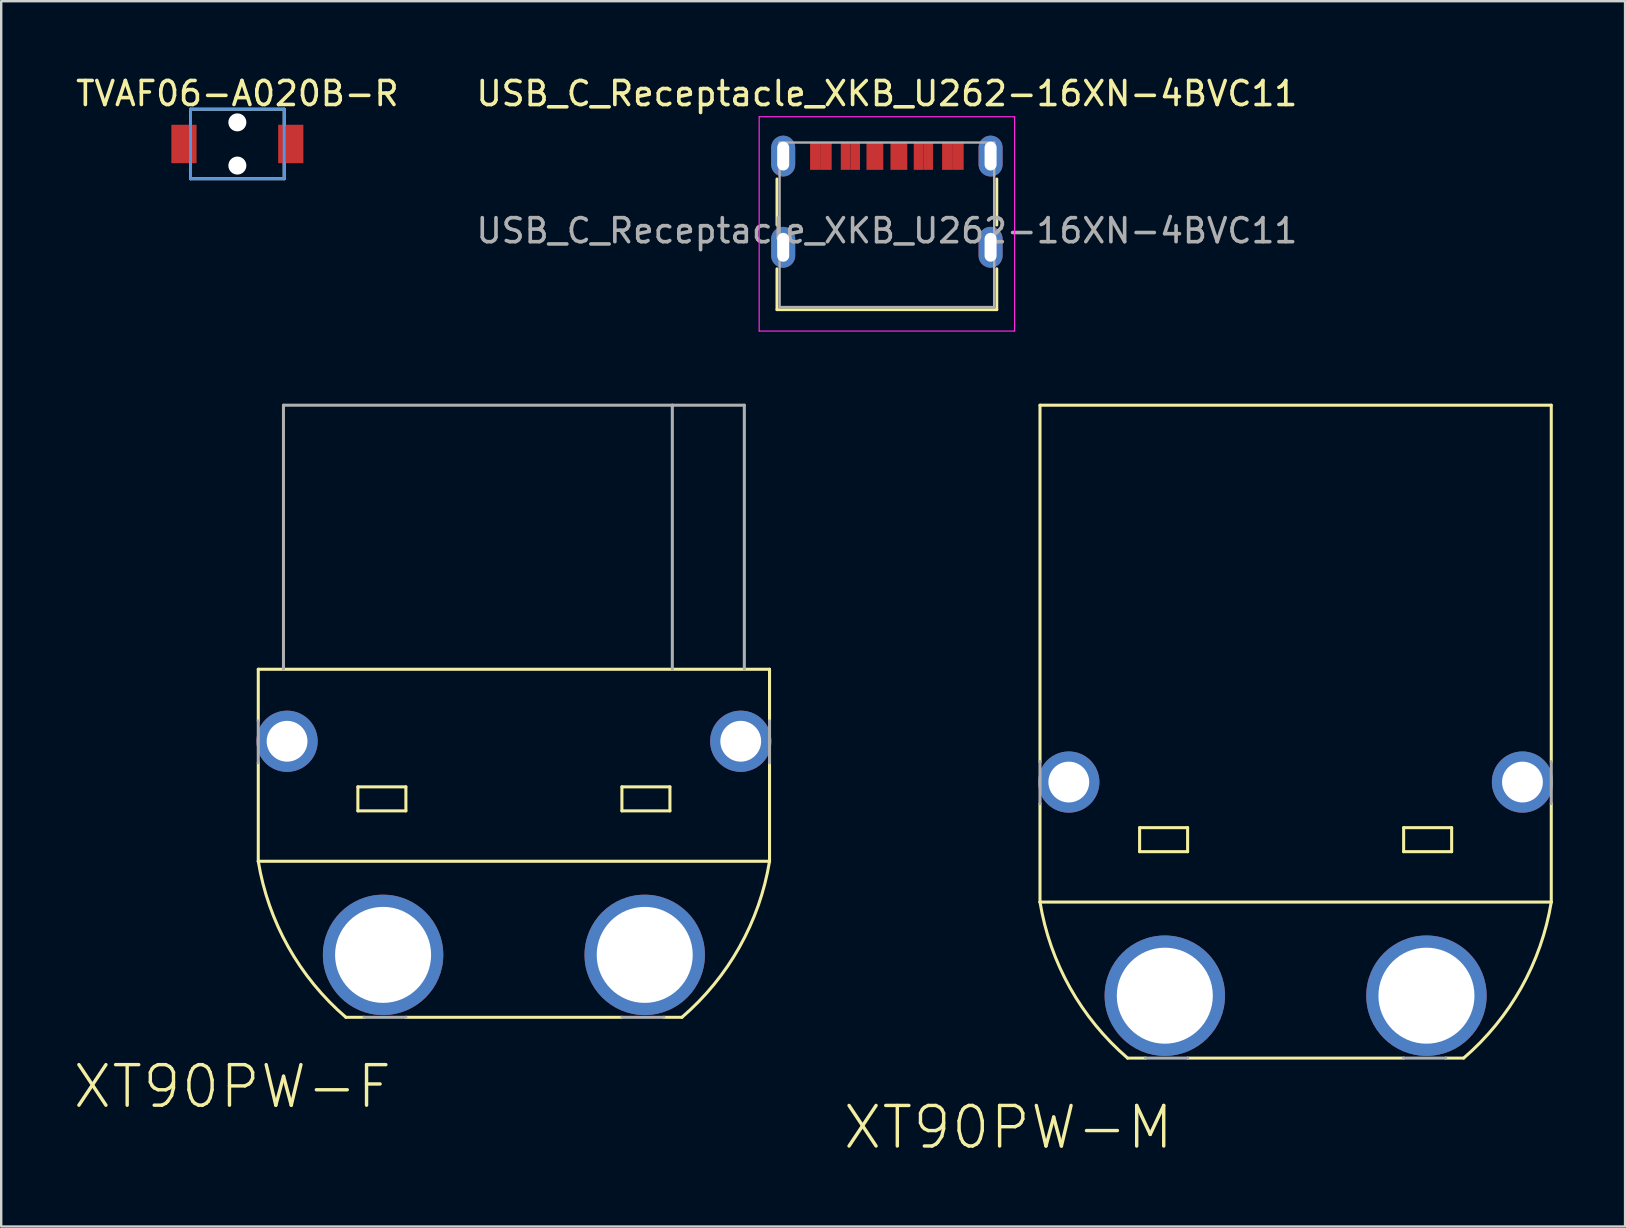
<source format=kicad_pcb>
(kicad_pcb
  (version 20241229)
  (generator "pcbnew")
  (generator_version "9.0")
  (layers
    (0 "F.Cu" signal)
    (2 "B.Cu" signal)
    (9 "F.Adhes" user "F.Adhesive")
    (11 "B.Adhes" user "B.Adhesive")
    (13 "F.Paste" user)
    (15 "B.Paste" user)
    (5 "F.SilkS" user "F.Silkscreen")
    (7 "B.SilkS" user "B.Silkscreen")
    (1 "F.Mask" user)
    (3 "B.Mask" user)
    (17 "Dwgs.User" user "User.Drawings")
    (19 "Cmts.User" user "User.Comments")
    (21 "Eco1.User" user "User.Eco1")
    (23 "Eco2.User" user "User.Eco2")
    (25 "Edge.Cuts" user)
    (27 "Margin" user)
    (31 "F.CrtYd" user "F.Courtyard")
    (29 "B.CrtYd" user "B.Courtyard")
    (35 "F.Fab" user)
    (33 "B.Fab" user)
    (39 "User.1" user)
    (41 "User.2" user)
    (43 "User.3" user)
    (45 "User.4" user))
  (footprint "XT90PW-F"
    (layer "F.Cu")
    (at 18.36 36.732)
    (property "Reference" "XT90PW-F" (at -5 4.5 0) (layer "F.SilkS") (effects (font (size 1.689 1.689) (thickness 0.142)) (justify right top)))
    (attr through_hole)
    (fp_line (start -10.65 -11.9) (end -10.65 -9.75) (stroke (width 0.127) (type solid)) (layer "F.SilkS"))
    (fp_line (start -10.65 -11.9) (end 10.65 -11.9) (stroke (width 0.127) (type solid)) (layer "F.SilkS"))
    (fp_line (start -10.65 -8) (end -10.65 -3.9) (stroke (width 0.127) (type solid)) (layer "F.SilkS"))
    (fp_line (start -10.65 -3.9) (end 10.65 -3.9) (stroke (width 0.127) (type solid)) (layer "F.SilkS"))
    (fp_line (start -7 2.6) (end -6.25 2.6) (stroke (width 0.127) (type solid)) (layer "F.SilkS"))
    (fp_line (start -6.5 -7) (end -4.5 -7) (stroke (width 0.127) (type solid)) (layer "F.SilkS"))
    (fp_line (start -6.5 -6) (end -6.5 -7) (stroke (width 0.127) (type solid)) (layer "F.SilkS"))
    (fp_line (start -4.5 -7) (end -4.5 -6) (stroke (width 0.127) (type solid)) (layer "F.SilkS"))
    (fp_line (start -4.5 -6) (end -6.5 -6) (stroke (width 0.127) (type solid)) (layer "F.SilkS"))
    (fp_line (start -4.5 2.6) (end 4.5 2.6) (stroke (width 0.127) (type solid)) (layer "F.SilkS"))
    (fp_line (start 4.5 -7) (end 6.5 -7) (stroke (width 0.127) (type solid)) (layer "F.SilkS"))
    (fp_line (start 4.5 -6) (end 4.5 -7) (stroke (width 0.127) (type solid)) (layer "F.SilkS"))
    (fp_line (start 6.25 2.6) (end 7 2.6) (stroke (width 0.127) (type solid)) (layer "F.SilkS"))
    (fp_line (start 6.5 -7) (end 6.5 -6) (stroke (width 0.127) (type solid)) (layer "F.SilkS"))
    (fp_line (start 6.5 -6) (end 4.5 -6) (stroke (width 0.127) (type solid)) (layer "F.SilkS"))
    (fp_line (start 10.65 -11.9) (end 10.65 -9.75) (stroke (width 0.127) (type solid)) (layer "F.SilkS"))
    (fp_line (start 10.65 -8) (end 10.65 -3.9) (stroke (width 0.127) (type solid)) (layer "F.SilkS"))
    (fp_arc (start -7 2.6) (mid -9.398063 -0.328203) (end -10.65 -3.9) (stroke (width 0.127) (type solid)) (layer "F.SilkS"))
    (fp_arc (start 10.65 -3.9) (mid 9.398063 -0.328203) (end 7 2.6) (stroke (width 0.127) (type solid)) (layer "F.SilkS"))
    (fp_line (start -10.65 -9.75) (end -10.65 -8) (stroke (width 0.127) (type solid)) (layer "F.Fab"))
    (fp_line (start -9.6 -22.9) (end -9.6 -11.9) (stroke (width 0.127) (type solid)) (layer "F.Fab"))
    (fp_line (start -9.6 -22.9) (end 6.6 -22.9) (stroke (width 0.127) (type solid)) (layer "F.Fab"))
    (fp_line (start -6.25 2.6) (end -4.5 2.6) (stroke (width 0.127) (type solid)) (layer "F.Fab"))
    (fp_line (start 4.5 2.6) (end 6.25 2.6) (stroke (width 0.127) (type solid)) (layer "F.Fab"))
    (fp_line (start 6.6 -22.9) (end 6.6 -11.9) (stroke (width 0.127) (type solid)) (layer "F.Fab"))
    (fp_line (start 6.6 -22.9) (end 9.6 -22.9) (stroke (width 0.127) (type solid)) (layer "F.Fab"))
    (fp_line (start 9.6 -22.9) (end 9.6 -11.9) (stroke (width 0.127) (type solid)) (layer "F.Fab"))
    (fp_line (start 10.65 -9.75) (end 10.65 -8) (stroke (width 0.127) (type solid)) (layer "F.Fab"))
    (pad "+" thru_hole circle (at -5.45 0) (size 5.016 5.016) (drill 4) (layers "*.Cu" "*.Mask"))
    (pad "-" thru_hole circle (at 5.45 0) (size 5.016 5.016) (drill 4) (layers "*.Cu" "*.Mask"))
    (pad "P$3" thru_hole circle (at -9.45 -8.9) (size 2.55 2.55) (drill 1.7) (layers "*.Cu" "*.Mask"))
    (pad "P$4" thru_hole circle (at 9.45 -8.9) (size 2.55 2.55) (drill 1.7) (layers "*.Cu" "*.Mask")))
  (footprint "USB_C_Receptacle_XKB_U262-16XN-4BVC11"
    (layer "F.Cu")
    (at 33.899 3.452)
    (property "Reference" "USB_C_Receptacle_XKB_U262-16XN-4BVC11" (at 0 -2.603 0) (layer "F.SilkS") (effects (font (size 1 1) (thickness 0.15))))
    (attr smd)
    (fp_line (start -4.58 0.953) (end -4.58 2.873) (stroke (width 0.12) (type solid)) (layer "F.SilkS"))
    (fp_line (start -4.58 6.4) (end -4.58 4.695) (stroke (width 0.12) (type solid)) (layer "F.SilkS"))
    (fp_line (start 4.58 2.873) (end 4.58 0.953) (stroke (width 0.12) (type solid)) (layer "F.SilkS"))
    (fp_line (start 4.58 6.4) (end -4.58 6.4) (stroke (width 0.12) (type solid)) (layer "F.SilkS"))
    (fp_line (start 4.58 6.4) (end 4.58 4.695) (stroke (width 0.12) (type solid)) (layer "F.SilkS"))
    (fp_line (start -5.32 -1.639) (end 5.32 -1.639) (stroke (width 0.05) (type solid)) (layer "F.CrtYd"))
    (fp_line (start -5.32 7.292) (end -5.32 -1.639) (stroke (width 0.05) (type solid)) (layer "F.CrtYd"))
    (fp_line (start 5.32 -1.639) (end 5.32 7.292) (stroke (width 0.05) (type solid)) (layer "F.CrtYd"))
    (fp_line (start 5.32 7.292) (end -5.32 7.292) (stroke (width 0.05) (type solid)) (layer "F.CrtYd"))
    (fp_line (start -4.47 -0.564) (end -4.47 6.29) (stroke (width 0.1) (type solid)) (layer "F.Fab"))
    (fp_line (start -4.47 -0.564) (end 4.47 -0.564) (stroke (width 0.1) (type solid)) (layer "F.Fab"))
    (fp_line (start -4.47 6.29) (end 4.47 6.29) (stroke (width 0.1) (type solid)) (layer "F.Fab"))
    (fp_line (start 4.47 6.29) (end 4.47 -0.564) (stroke (width 0.1) (type solid)) (layer "F.Fab"))
    (fp_text user "${REFERENCE}" (at 0 3.111 0) (layer "F.Fab") (effects (font (size 1 1) (thickness 0.15))))
    (pad "A1" smd rect (at -2.75 0) (size 0.45 1.15) (drill (offset -0.225 0)) (layers "F.Cu" "F.Mask" "F.Paste"))
    (pad "A4" smd rect (at -1.52 0) (size 0.4 1.15) (drill (offset -0.2 0)) (layers "F.Cu" "F.Mask" "F.Paste"))
    (pad "A5" smd rect (at -0.5 0) (size 0.7 1.15) (layers "F.Cu" "F.Mask" "F.Paste"))
    (pad "A9" smd rect (at 1.52 0) (size 0.4 1.15) (drill (offset 0.2 0)) (layers "F.Cu" "F.Mask" "F.Paste"))
    (pad "A12" smd rect (at 2.75 0) (size 0.45 1.15) (drill (offset 0.225 0)) (layers "F.Cu" "F.Mask" "F.Paste"))
    (pad "B1" smd rect (at 2.75 0) (size 0.45 1.15) (drill (offset -0.225 0)) (layers "F.Cu" "F.Mask" "F.Paste"))
    (pad "B4" smd rect (at 1.52 0) (size 0.4 1.15) (drill (offset -0.2 0)) (layers "F.Cu" "F.Mask" "F.Paste"))
    (pad "B5" smd rect (at 0.5 0) (size 0.7 1.15) (layers "F.Cu" "F.Mask" "F.Paste"))
    (pad "B9" smd rect (at -1.52 0) (size 0.4 1.15) (drill (offset 0.2 0)) (layers "F.Cu" "F.Mask" "F.Paste"))
    (pad "B12" smd rect (at -2.75 0) (size 0.45 1.15) (drill (offset 0.225 0)) (layers "F.Cu" "F.Mask" "F.Paste"))
    (pad "S1" thru_hole oval (at -4.32 0 180) (size 1 1.7) (drill oval 0.5 1.2) (layers "*.Cu" "*.Mask"))
    (pad "S1" thru_hole oval (at -4.32 3.8) (size 1 1.7) (drill oval 0.5 1.2) (layers "*.Cu" "*.Mask"))
    (pad "S1" thru_hole oval (at 4.32 0) (size 1 1.7) (drill oval 0.5 1.2) (layers "*.Cu" "*.Mask"))
    (pad "S1" thru_hole oval (at 4.32 3.8) (size 1 1.7) (drill oval 0.5 1.2) (layers "*.Cu" "*.Mask")))
  (footprint "TVAF06-A020B-R"
    (layer "F.Cu")
    (at 6.839 2.948)
    (property "Reference" "TVAF06-A020B-R" (at 0 -2.1 0) (layer "F.SilkS") (effects (font (size 1 1) (thickness 0.15))))
    (attr through_hole)
    (fp_line (start -1.95 -1.45) (end -1.95 -0.8) (stroke (width 0.12) (type solid)) (layer "F.SilkS"))
    (fp_line (start -1.95 0.8) (end -1.95 1.45) (stroke (width 0.12) (type solid)) (layer "F.SilkS"))
    (fp_line (start -1.95 1.45) (end 1.95 1.45) (stroke (width 0.12) (type solid)) (layer "F.SilkS"))
    (fp_line (start 1.95 -1.45) (end -1.95 -1.45) (stroke (width 0.12) (type solid)) (layer "F.SilkS"))
    (fp_line (start 1.95 -1.45) (end 1.95 -0.8) (stroke (width 0.12) (type solid)) (layer "F.SilkS"))
    (fp_line (start 1.95 1.45) (end 1.95 0.8) (stroke (width 0.12) (type solid)) (layer "F.SilkS"))
    (fp_line (start -1.95 -1.45) (end 1.95 -1.45) (stroke (width 0.12) (type solid)) (layer "Cmts.User"))
    (fp_line (start -1.95 1.45) (end -1.95 -1.45) (stroke (width 0.12) (type solid)) (layer "Cmts.User"))
    (fp_line (start 1.95 -1.45) (end 1.95 1.45) (stroke (width 0.12) (type solid)) (layer "Cmts.User"))
    (fp_line (start 1.95 1.45) (end -1.95 1.45) (stroke (width 0.12) (type solid)) (layer "Cmts.User"))
    (pad "" np_thru_hole circle (at 0 -0.9 270) (size 0.75 0.75) (drill 0.75) (layers "*.Cu" "*.Mask"))
    (pad "" np_thru_hole circle (at 0 0.9 90) (size 0.75 0.75) (drill 0.75) (layers "*.Cu" "*.Mask"))
    (pad "1" smd rect (at -1.7 0 270) (size 1.6 1.05) (drill (offset 0 0.525)) (layers "F.Cu" "F.Mask" "F.Paste"))
    (pad "2" smd rect (at 1.7 0 90) (size 1.6 1.05) (drill (offset 0 0.525)) (layers "F.Cu" "F.Mask" "F.Paste")))
  (footprint "XT90PW-M"
    (layer "F.Cu")
    (at 50.928 38.432)
    (property "Reference" "XT90PW-M" (at -5 4.5 0) (layer "F.SilkS") (effects (font (size 1.689 1.689) (thickness 0.142)) (justify right top)))
    (attr through_hole)
    (fp_line (start -10.65 -24.6) (end -10.65 -9.75) (stroke (width 0.127) (type solid)) (layer "F.SilkS"))
    (fp_line (start -10.65 -24.6) (end 10.65 -24.6) (stroke (width 0.127) (type solid)) (layer "F.SilkS"))
    (fp_line (start -10.65 -8) (end -10.65 -3.9) (stroke (width 0.127) (type solid)) (layer "F.SilkS"))
    (fp_line (start -10.65 -3.9) (end 10.65 -3.9) (stroke (width 0.127) (type solid)) (layer "F.SilkS"))
    (fp_line (start -7 2.6) (end -6.25 2.6) (stroke (width 0.127) (type solid)) (layer "F.SilkS"))
    (fp_line (start -6.5 -7) (end -4.5 -7) (stroke (width 0.127) (type solid)) (layer "F.SilkS"))
    (fp_line (start -6.5 -6) (end -6.5 -7) (stroke (width 0.127) (type solid)) (layer "F.SilkS"))
    (fp_line (start -4.5 -7) (end -4.5 -6) (stroke (width 0.127) (type solid)) (layer "F.SilkS"))
    (fp_line (start -4.5 -6) (end -6.5 -6) (stroke (width 0.127) (type solid)) (layer "F.SilkS"))
    (fp_line (start -4.5 2.6) (end 4.5 2.6) (stroke (width 0.127) (type solid)) (layer "F.SilkS"))
    (fp_line (start 4.5 -7) (end 6.5 -7) (stroke (width 0.127) (type solid)) (layer "F.SilkS"))
    (fp_line (start 4.5 -6) (end 4.5 -7) (stroke (width 0.127) (type solid)) (layer "F.SilkS"))
    (fp_line (start 6.25 2.6) (end 7 2.6) (stroke (width 0.127) (type solid)) (layer "F.SilkS"))
    (fp_line (start 6.5 -7) (end 6.5 -6) (stroke (width 0.127) (type solid)) (layer "F.SilkS"))
    (fp_line (start 6.5 -6) (end 4.5 -6) (stroke (width 0.127) (type solid)) (layer "F.SilkS"))
    (fp_line (start 10.65 -24.6) (end 10.65 -9.75) (stroke (width 0.127) (type solid)) (layer "F.SilkS"))
    (fp_line (start 10.65 -8) (end 10.65 -3.9) (stroke (width 0.127) (type solid)) (layer "F.SilkS"))
    (fp_arc (start -7 2.6) (mid -9.398063 -0.328203) (end -10.65 -3.9) (stroke (width 0.127) (type solid)) (layer "F.SilkS"))
    (fp_arc (start 10.65 -3.9) (mid 9.398063 -0.328203) (end 7 2.6) (stroke (width 0.127) (type solid)) (layer "F.SilkS"))
    (fp_line (start -10.65 -9.75) (end -10.65 -8) (stroke (width 0.127) (type solid)) (layer "F.Fab"))
    (fp_line (start -6.25 2.6) (end -4.5 2.6) (stroke (width 0.127) (type solid)) (layer "F.Fab"))
    (fp_line (start 4.5 2.6) (end 6.25 2.6) (stroke (width 0.127) (type solid)) (layer "F.Fab"))
    (fp_line (start 10.65 -9.75) (end 10.65 -8) (stroke (width 0.127) (type solid)) (layer "F.Fab"))
    (pad "+" thru_hole circle (at -5.45 0) (size 5.016 5.016) (drill 4) (layers "*.Cu" "*.Mask"))
    (pad "-" thru_hole circle (at 5.45 0) (size 5.016 5.016) (drill 4) (layers "*.Cu" "*.Mask"))
    (pad "P$3" thru_hole circle (at -9.45 -8.9) (size 2.55 2.55) (drill 1.7) (layers "*.Cu" "*.Mask"))
    (pad "P$4" thru_hole circle (at 9.45 -8.9) (size 2.55 2.55) (drill 1.7) (layers "*.Cu" "*.Mask")))
  (gr_rect
    (start -3 -3)
    (end 64.653 48.048)
    (stroke (width 0.1) (type default))
    (fill no)
    (layer "Edge.Cuts")))
</source>
